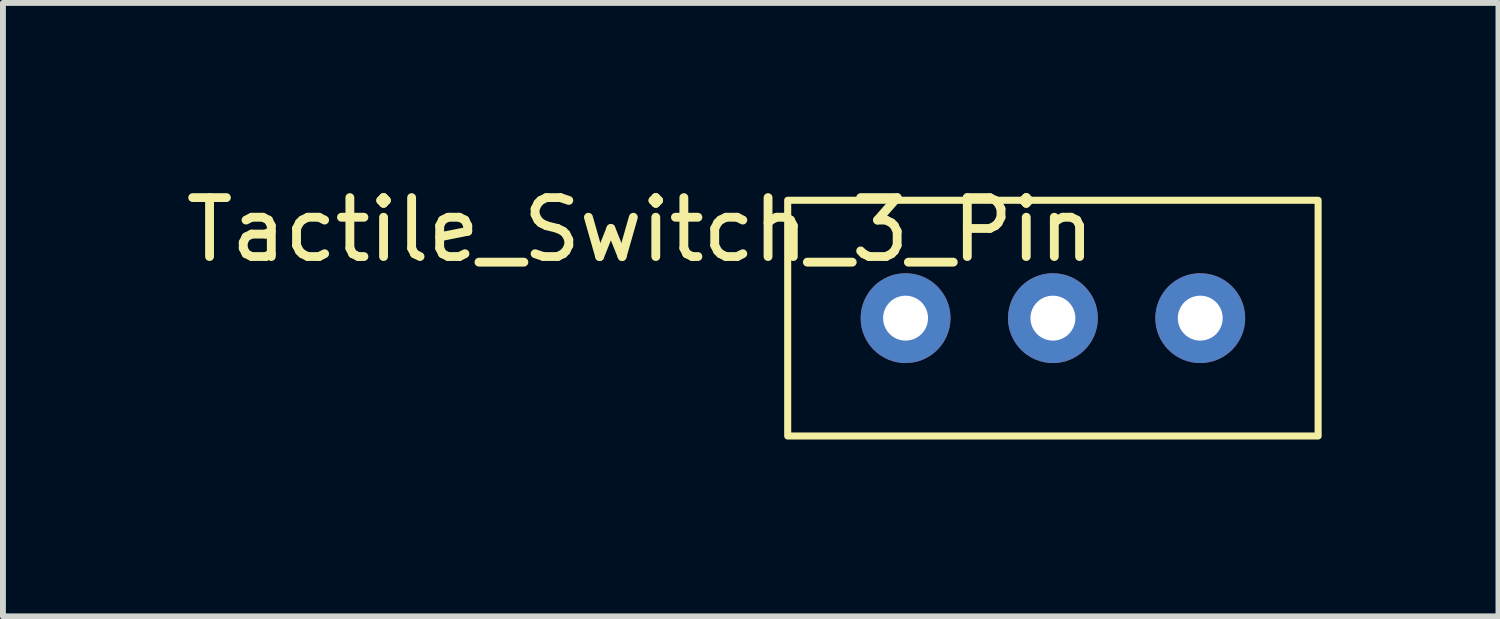
<source format=kicad_pcb>
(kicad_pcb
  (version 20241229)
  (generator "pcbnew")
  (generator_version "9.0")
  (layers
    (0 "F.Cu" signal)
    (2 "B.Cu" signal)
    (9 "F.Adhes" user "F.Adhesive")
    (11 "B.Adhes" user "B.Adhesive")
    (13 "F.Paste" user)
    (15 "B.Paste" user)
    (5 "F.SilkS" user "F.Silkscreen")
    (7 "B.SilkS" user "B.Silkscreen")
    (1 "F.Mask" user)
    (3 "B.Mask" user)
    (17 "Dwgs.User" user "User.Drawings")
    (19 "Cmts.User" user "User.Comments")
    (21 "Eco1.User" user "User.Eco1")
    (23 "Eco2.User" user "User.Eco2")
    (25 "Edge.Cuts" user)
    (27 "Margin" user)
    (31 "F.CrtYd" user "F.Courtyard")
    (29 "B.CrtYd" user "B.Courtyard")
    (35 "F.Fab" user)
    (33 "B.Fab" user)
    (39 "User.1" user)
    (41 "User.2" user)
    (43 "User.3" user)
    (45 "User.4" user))
  (footprint "Tactile_Switch_3_Pin"
    (layer "F.Cu")
    (at 10.315 2.348)
    (property "Reference" "Tactile_Switch_3_Pin" (at -2.5 -1.5 0) (unlocked yes) (layer "F.SilkS") (effects (font (size 1 1) (thickness 0.15))))
    (attr through_hole)
    (fp_rect (start 0 2) (end 9 -2) (stroke (width 0.12) (type solid)) (fill no) (layer "F.SilkS"))
    (pad "1" thru_hole circle (at 2 0) (size 1.524 1.524) (drill 0.762) (layers "*.Cu" "*.Mask"))
    (pad "2" thru_hole circle (at 4.5 0) (size 1.524 1.524) (drill 0.762) (layers "*.Cu" "*.Mask"))
    (pad "3" thru_hole circle (at 7 0) (size 1.524 1.524) (drill 0.762) (layers "*.Cu" "*.Mask")))
  (gr_rect
    (start -3 -3)
    (end 22.375 7.408)
    (stroke (width 0.1) (type default))
    (fill no)
    (layer "Edge.Cuts")))
</source>
